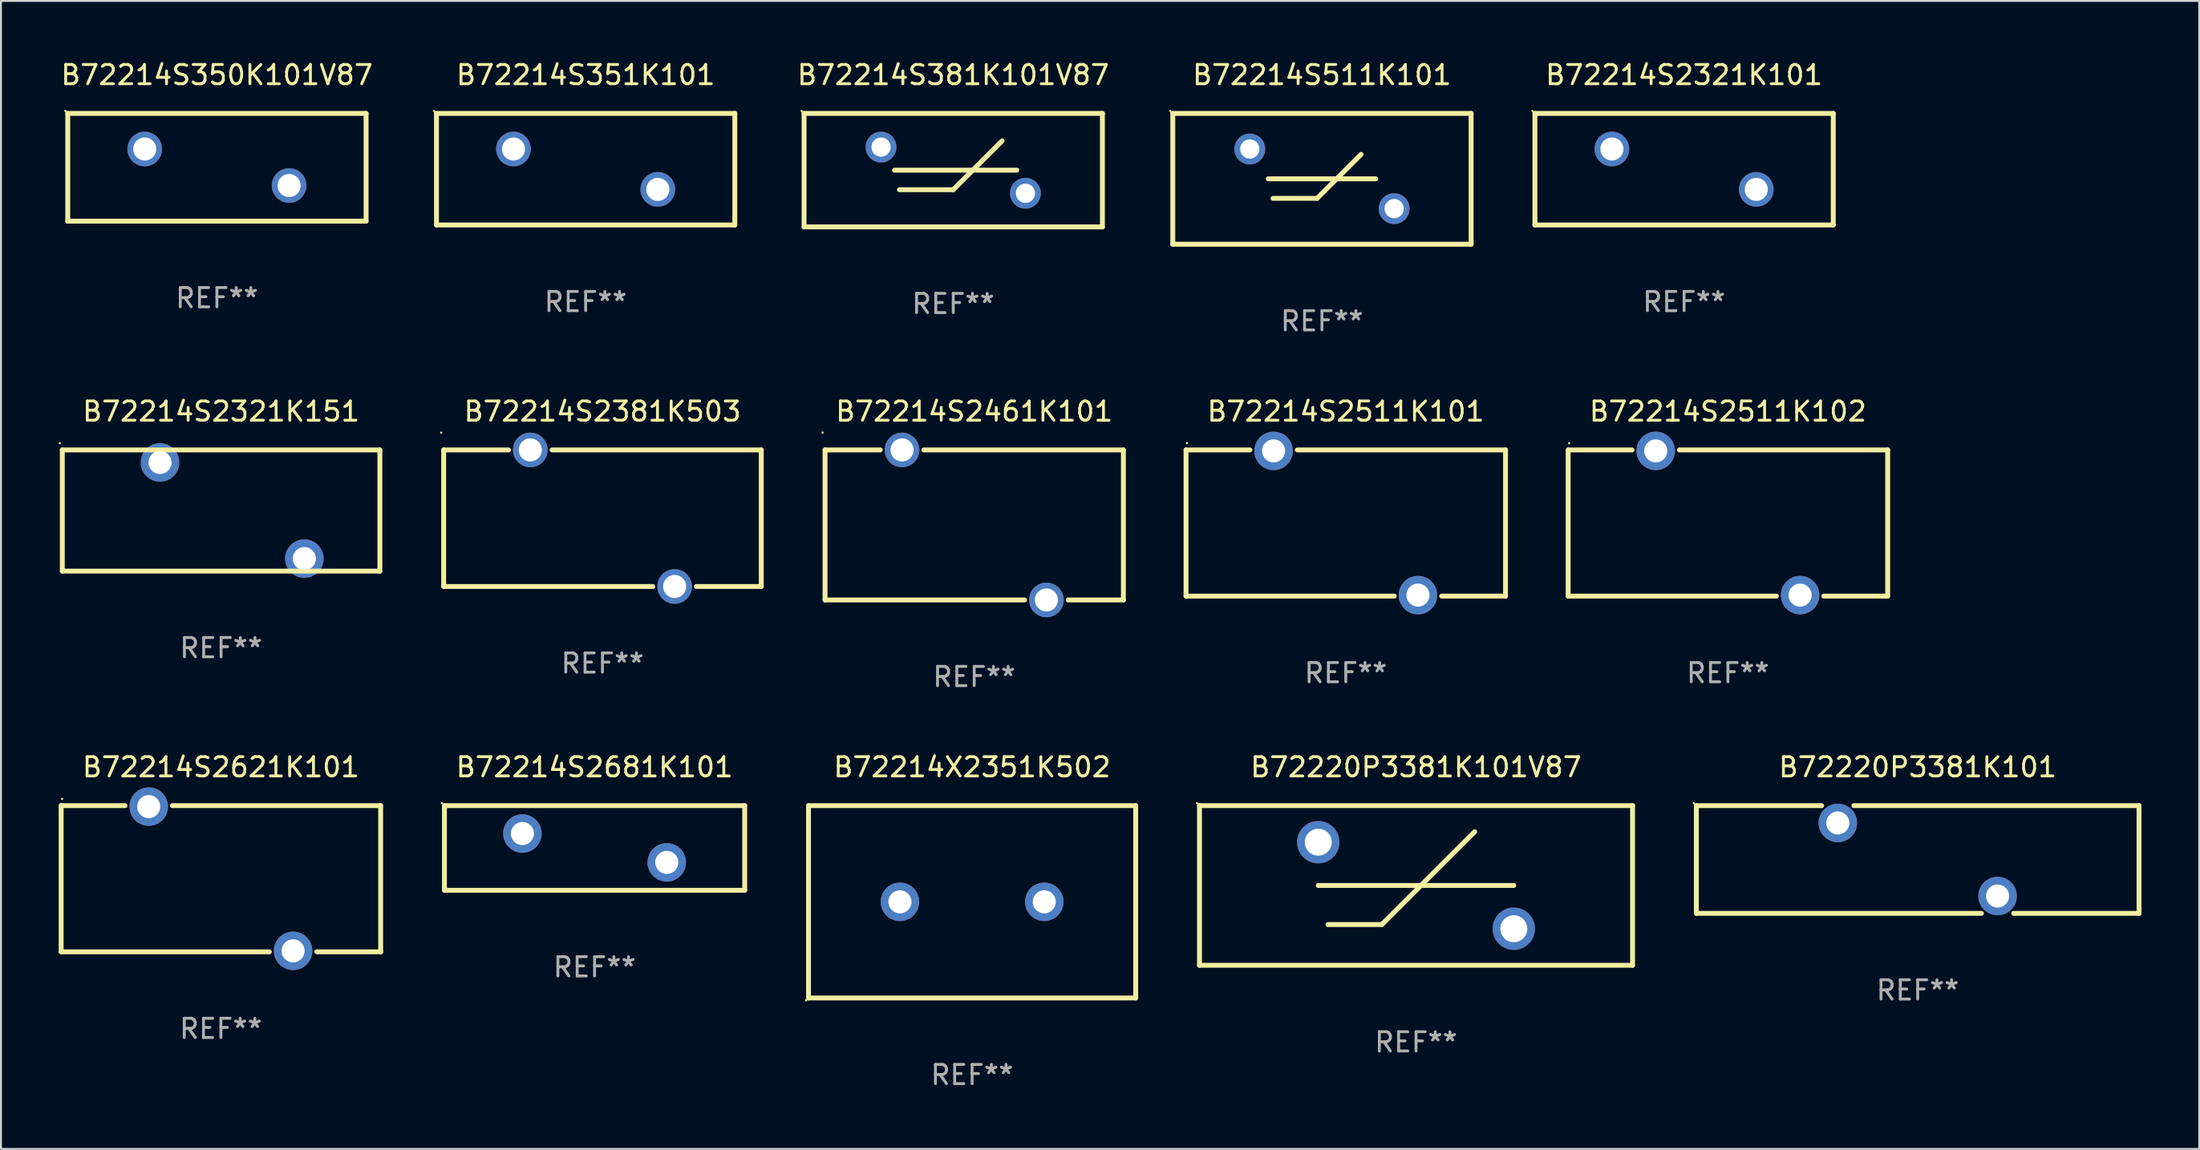
<source format=kicad_pcb>
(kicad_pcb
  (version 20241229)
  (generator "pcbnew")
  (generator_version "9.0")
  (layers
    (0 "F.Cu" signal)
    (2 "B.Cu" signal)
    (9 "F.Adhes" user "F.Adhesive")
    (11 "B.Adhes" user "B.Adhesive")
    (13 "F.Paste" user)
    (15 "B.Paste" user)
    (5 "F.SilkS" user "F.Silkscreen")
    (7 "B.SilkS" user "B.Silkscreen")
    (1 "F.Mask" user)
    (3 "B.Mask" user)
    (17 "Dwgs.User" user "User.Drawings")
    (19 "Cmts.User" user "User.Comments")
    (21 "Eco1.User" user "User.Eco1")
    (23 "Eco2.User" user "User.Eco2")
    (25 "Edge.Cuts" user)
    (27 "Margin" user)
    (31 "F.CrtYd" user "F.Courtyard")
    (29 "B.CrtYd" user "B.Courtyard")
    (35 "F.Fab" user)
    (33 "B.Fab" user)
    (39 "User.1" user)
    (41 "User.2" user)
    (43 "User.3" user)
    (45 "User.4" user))
  (footprint "B72214S381K101V87"
    (layer "F.Cu")
    (at 46.475 5.798)
    (property "Reference" "B72214S381K101V87" (at 0 -4.95 0) (layer "F.SilkS") (effects (font (size 1 1) (thickness 0.15))))
    (attr through_hole)
    (fp_line (start -7.75 -2.95) (end -7.75 2.95) (stroke (width 0.254) (type solid)) (layer "F.SilkS"))
    (fp_line (start -7.75 -2.95) (end 7.75 -2.95) (stroke (width 0.254) (type solid)) (layer "F.SilkS"))
    (fp_line (start -3.048 0.000013) (end 3.302 0.000013) (stroke (width 0.254) (type solid)) (layer "F.SilkS"))
    (fp_line (start -2.794 1.016) (end 0 1.016) (stroke (width 0.254) (type solid)) (layer "F.SilkS"))
    (fp_line (start 0 1.016) (end 2.54 -1.524) (stroke (width 0.254) (type solid)) (layer "F.SilkS"))
    (fp_line (start 7.75 -2.95) (end 7.75 2.95) (stroke (width 0.254) (type solid)) (layer "F.SilkS"))
    (fp_line (start 7.75 2.95) (end -7.75 2.95) (stroke (width 0.254) (type solid)) (layer "F.SilkS"))
    (fp_circle (center -7.877 -3.077) (end -7.847 -3.077) (stroke (width 0.06) (type solid)) (fill no) (layer "F.SilkS"))
    (fp_text user "REF**" (at 0 6.95 0) (layer "F.Fab") (effects (font (size 1 1) (thickness 0.15))))
    (pad "1" thru_hole circle (at -3.75 -1.2) (size 1.6 1.6) (drill 1) (layers "*.Cu" "*.Mask"))
    (pad "2" thru_hole circle (at 3.75 1.2) (size 1.6 1.6) (drill 1) (layers "*.Cu" "*.Mask")))
  (footprint "B72214S2621K101"
    (layer "F.Cu")
    (at 8.427 42.641)
    (property "Reference" "B72214S2621K101" (at 0 -5.8 0) (layer "F.SilkS") (effects (font (size 1 1) (thickness 0.15))))
    (attr through_hole)
    (fp_line (start -8.3 -3.8) (end -8.3 3.8) (stroke (width 0.254) (type solid)) (layer "F.SilkS"))
    (fp_line (start -8.3 -3.8) (end -4.981 -3.8) (stroke (width 0.254) (type solid)) (layer "F.SilkS"))
    (fp_line (start -8.3 3.8) (end 2.519 3.8) (stroke (width 0.254) (type solid)) (layer "F.SilkS"))
    (fp_line (start -2.519 -3.8) (end 8.3 -3.8) (stroke (width 0.254) (type solid)) (layer "F.SilkS"))
    (fp_line (start 4.981 3.8) (end 8.3 3.8) (stroke (width 0.254) (type solid)) (layer "F.SilkS"))
    (fp_line (start 8.3 -3.8) (end 8.3 3.8) (stroke (width 0.254) (type solid)) (layer "F.SilkS"))
    (fp_circle (center -8.25 -4.15) (end -8.22 -4.15) (stroke (width 0.06) (type solid)) (fill no) (layer "F.SilkS"))
    (fp_text user "REF**" (at 0 7.8 0) (layer "F.Fab") (effects (font (size 1 1) (thickness 0.15))))
    (pad "1" thru_hole circle (at -3.75 -3.75) (size 2 2) (drill 1.2) (layers "*.Cu" "*.Mask"))
    (pad "2" thru_hole circle (at 3.75 3.75) (size 2 2) (drill 1.2) (layers "*.Cu" "*.Mask")))
  (footprint "B72214S2681K101"
    (layer "F.Cu")
    (at 27.841 41.041)
    (property "Reference" "B72214S2681K101" (at 0 -4.2 0) (layer "F.SilkS") (effects (font (size 1 1) (thickness 0.15))))
    (attr through_hole)
    (fp_line (start -7.8 -2.2) (end -7.8 2.2) (stroke (width 0.254) (type solid)) (layer "F.SilkS"))
    (fp_line (start -7.8 -2.2) (end 7.8 -2.2) (stroke (width 0.254) (type solid)) (layer "F.SilkS"))
    (fp_line (start -7.8 2.2) (end 7.8 2.2) (stroke (width 0.254) (type solid)) (layer "F.SilkS"))
    (fp_line (start 7.8 -2.2) (end 7.8 2.2) (stroke (width 0.254) (type solid)) (layer "F.SilkS"))
    (fp_circle (center -7.927 -2.327) (end -7.897 -2.327) (stroke (width 0.06) (type solid)) (fill no) (layer "F.SilkS"))
    (fp_text user "REF**" (at 0 6.2 0) (layer "F.Fab") (effects (font (size 1 1) (thickness 0.15))))
    (pad "1" thru_hole circle (at -3.75 -0.75) (size 2 2) (drill 1.2) (layers "*.Cu" "*.Mask"))
    (pad "2" thru_hole circle (at 3.75 0.75) (size 2 2) (drill 1.2) (layers "*.Cu" "*.Mask")))
  (footprint "B72214S2511K102"
    (layer "F.Cu")
    (at 86.723 24.145)
    (property "Reference" "B72214S2511K102" (at 0 -5.8 0) (layer "F.SilkS") (effects (font (size 1 1) (thickness 0.15))))
    (attr through_hole)
    (fp_line (start -8.3 -3.8) (end -8.3 3.8) (stroke (width 0.254) (type solid)) (layer "F.SilkS"))
    (fp_line (start -8.3 -3.8) (end -4.981 -3.8) (stroke (width 0.254) (type solid)) (layer "F.SilkS"))
    (fp_line (start -8.3 3.8) (end 2.519 3.8) (stroke (width 0.254) (type solid)) (layer "F.SilkS"))
    (fp_line (start -2.519 -3.8) (end 8.3 -3.8) (stroke (width 0.254) (type solid)) (layer "F.SilkS"))
    (fp_line (start 4.981 3.8) (end 8.3 3.8) (stroke (width 0.254) (type solid)) (layer "F.SilkS"))
    (fp_line (start 8.3 -3.8) (end 8.3 3.8) (stroke (width 0.254) (type solid)) (layer "F.SilkS"))
    (fp_circle (center -8.25 -4.15) (end -8.22 -4.15) (stroke (width 0.06) (type solid)) (fill no) (layer "F.SilkS"))
    (fp_text user "REF**" (at 0 7.8 0) (layer "F.Fab") (effects (font (size 1 1) (thickness 0.15))))
    (pad "1" thru_hole circle (at -3.75 -3.75) (size 2 2) (drill 1.2) (layers "*.Cu" "*.Mask"))
    (pad "2" thru_hole circle (at 3.75 3.75) (size 2 2) (drill 1.2) (layers "*.Cu" "*.Mask")))
  (footprint "B72214S350K101V87"
    (layer "F.Cu")
    (at 8.22 5.648)
    (property "Reference" "B72214S350K101V87" (at 0 -4.8 0) (layer "F.SilkS") (effects (font (size 1 1) (thickness 0.15))))
    (attr through_hole)
    (fp_line (start -7.75 -2.8) (end 7.75 -2.8) (stroke (width 0.254) (type solid)) (layer "F.SilkS"))
    (fp_line (start -7.75 2.8) (end -7.75 -2.8) (stroke (width 0.254) (type solid)) (layer "F.SilkS"))
    (fp_line (start 7.75 -2.8) (end 7.75 2.8) (stroke (width 0.254) (type solid)) (layer "F.SilkS"))
    (fp_line (start 7.75 2.8) (end -7.75 2.8) (stroke (width 0.254) (type solid)) (layer "F.SilkS"))
    (fp_circle (center -7.877 -2.927) (end -7.847 -2.927) (stroke (width 0.06) (type solid)) (fill no) (layer "F.SilkS"))
    (fp_text user "REF**" (at 0 6.8 0) (layer "F.Fab") (effects (font (size 1 1) (thickness 0.15))))
    (pad "1" thru_hole circle (at -3.75 -0.95) (size 1.8 1.8) (drill 1.2) (layers "*.Cu" "*.Mask"))
    (pad "2" thru_hole circle (at 3.75 0.95) (size 1.8 1.8) (drill 1.2) (layers "*.Cu" "*.Mask")))
  (footprint "B72214S2321K151"
    (layer "F.Cu")
    (at 8.437 23.495)
    (property "Reference" "B72214S2321K151" (at 0 -5.15 0) (layer "F.SilkS") (effects (font (size 1 1) (thickness 0.15))))
    (attr through_hole)
    (fp_line (start -8.25 -3.15) (end 8.25 -3.15) (stroke (width 0.254) (type solid)) (layer "F.SilkS"))
    (fp_line (start -8.25 3.149) (end -8.25 -3.15) (stroke (width 0.254) (type solid)) (layer "F.SilkS"))
    (fp_line (start 8.25 -3.15) (end 8.25 3.15) (stroke (width 0.254) (type solid)) (layer "F.SilkS"))
    (fp_line (start 8.25 3.15) (end -8.25 3.15) (stroke (width 0.254) (type solid)) (layer "F.SilkS"))
    (fp_circle (center -8.377 -3.499) (end -8.347 -3.499) (stroke (width 0.06) (type solid)) (fill no) (layer "F.SilkS"))
    (fp_text user "REF**" (at 0 7.15 0) (layer "F.Fab") (effects (font (size 1 1) (thickness 0.15))))
    (pad "1" thru_hole circle (at -3.174 -2.499) (size 2 2) (drill 1.2) (layers "*.Cu" "*.Mask"))
    (pad "2" thru_hole circle (at 4.325 2.5) (size 2 2) (drill 1.2) (layers "*.Cu" "*.Mask")))
  (footprint "B72220P3381K101V87"
    (layer "F.Cu")
    (at 70.519 42.991)
    (property "Reference" "B72220P3381K101V87" (at 0 -6.15 0) (layer "F.SilkS") (effects (font (size 1 1) (thickness 0.15))))
    (attr through_hole)
    (fp_line (start -11.25 -4.15) (end -11.25 4.15) (stroke (width 0.254) (type solid)) (layer "F.SilkS"))
    (fp_line (start -11.25 -4.15) (end 11.25 -4.15) (stroke (width 0.254) (type solid)) (layer "F.SilkS"))
    (fp_line (start -5.08 -0.000127) (end 5.08 -0.000127) (stroke (width 0.254) (type solid)) (layer "F.SilkS"))
    (fp_line (start -4.572 2.032) (end -1.778 2.032) (stroke (width 0.254) (type solid)) (layer "F.SilkS"))
    (fp_line (start -1.778 2.032) (end 3.048 -2.794) (stroke (width 0.254) (type solid)) (layer "F.SilkS"))
    (fp_line (start 11.25 4.15) (end -11.25 4.15) (stroke (width 0.254) (type solid)) (layer "F.SilkS"))
    (fp_line (start 11.25 4.15) (end 11.25 -4.15) (stroke (width 0.254) (type solid)) (layer "F.SilkS"))
    (fp_circle (center -11.377 -4.277) (end -11.347 -4.277) (stroke (width 0.06) (type solid)) (fill no) (layer "F.SilkS"))
    (fp_text user "REF**" (at 0 8.15 0) (layer "F.Fab") (effects (font (size 1 1) (thickness 0.15))))
    (pad "1" thru_hole circle (at -5.08 -2.25) (size 2.2 2.2) (drill 1.4) (layers "*.Cu" "*.Mask"))
    (pad "2" thru_hole circle (at 5.08 2.25) (size 2.2 2.2) (drill 1.4) (layers "*.Cu" "*.Mask")))
  (footprint "B72220P3381K101"
    (layer "F.Cu")
    (at 96.583 41.641)
    (property "Reference" "B72220P3381K101" (at 0 -4.8 0) (layer "F.SilkS") (effects (font (size 1 1) (thickness 0.15))))
    (attr through_hole)
    (fp_line (start -11.5 -2.8) (end -4.989 -2.8) (stroke (width 0.254) (type solid)) (layer "F.SilkS"))
    (fp_line (start -11.5 2.8) (end -11.5 -2.8) (stroke (width 0.254) (type solid)) (layer "F.SilkS"))
    (fp_line (start -3.312 -2.8) (end 11.5 -2.8) (stroke (width 0.254) (type solid)) (layer "F.SilkS"))
    (fp_line (start 3.312 2.8) (end -11.5 2.8) (stroke (width 0.254) (type solid)) (layer "F.SilkS"))
    (fp_line (start 11.5 -2.8) (end 11.5 2.8) (stroke (width 0.254) (type solid)) (layer "F.SilkS"))
    (fp_line (start 11.5 2.8) (end 4.989 2.8) (stroke (width 0.254) (type solid)) (layer "F.SilkS"))
    (fp_circle (center -11.627 -2.927) (end -11.597 -2.927) (stroke (width 0.06) (type solid)) (fill no) (layer "F.SilkS"))
    (fp_text user "REF**" (at 0 6.8 0) (layer "F.Fab") (effects (font (size 1 1) (thickness 0.15))))
    (pad "1" thru_hole circle (at -4.15 -1.9) (size 2 2) (drill 1.2) (layers "*.Cu" "*.Mask"))
    (pad "2" thru_hole circle (at 4.15 1.9) (size 2 2) (drill 1.2) (layers "*.Cu" "*.Mask")))
  (footprint "B72214S2381K503"
    (layer "F.Cu")
    (at 28.251 23.895)
    (property "Reference" "B72214S2381K503" (at 0 -5.55 0) (layer "F.SilkS") (effects (font (size 1 1) (thickness 0.15))))
    (attr through_hole)
    (fp_line (start -8.25 -3.55) (end -4.881 -3.55) (stroke (width 0.254) (type solid)) (layer "F.SilkS"))
    (fp_line (start -8.25 3.55) (end -8.25 -3.55) (stroke (width 0.254) (type solid)) (layer "F.SilkS"))
    (fp_line (start -8.25 3.55) (end 2.619 3.55) (stroke (width 0.254) (type solid)) (layer "F.SilkS"))
    (fp_line (start -2.619 -3.55) (end 8.25 -3.55) (stroke (width 0.254) (type solid)) (layer "F.SilkS"))
    (fp_line (start 4.881 3.55) (end 8.25 3.55) (stroke (width 0.254) (type solid)) (layer "F.SilkS"))
    (fp_line (start 8.25 -3.55) (end 8.25 3.55) (stroke (width 0.254) (type solid)) (layer "F.SilkS"))
    (fp_circle (center -8.377 -4.45) (end -8.347 -4.45) (stroke (width 0.06) (type solid)) (fill no) (layer "F.SilkS"))
    (fp_text user "REF**" (at 0 7.55 0) (layer "F.Fab") (effects (font (size 1 1) (thickness 0.15))))
    (pad "1" thru_hole circle (at -3.75 -3.55) (size 1.8 1.8) (drill 1.2) (layers "*.Cu" "*.Mask"))
    (pad "2" thru_hole circle (at 3.75 3.55) (size 1.8 1.8) (drill 1.2) (layers "*.Cu" "*.Mask")))
  (footprint "B72214S2461K101"
    (layer "F.Cu")
    (at 47.565 24.245)
    (property "Reference" "B72214S2461K101" (at 0 -5.9 0) (layer "F.SilkS") (effects (font (size 1 1) (thickness 0.15))))
    (attr through_hole)
    (fp_line (start -7.75 -3.9) (end -4.881 -3.9) (stroke (width 0.254) (type solid)) (layer "F.SilkS"))
    (fp_line (start -7.75 3.9) (end -7.75 -3.9) (stroke (width 0.254) (type solid)) (layer "F.SilkS"))
    (fp_line (start -7.75 3.9) (end 2.619 3.9) (stroke (width 0.254) (type solid)) (layer "F.SilkS"))
    (fp_line (start -2.619 -3.9) (end 7.75 -3.9) (stroke (width 0.254) (type solid)) (layer "F.SilkS"))
    (fp_line (start 4.881 3.9) (end 7.75 3.9) (stroke (width 0.254) (type solid)) (layer "F.SilkS"))
    (fp_line (start 7.75 -3.9) (end 7.75 3.9) (stroke (width 0.254) (type solid)) (layer "F.SilkS"))
    (fp_circle (center -7.877 -4.8) (end -7.847 -4.8) (stroke (width 0.06) (type solid)) (fill no) (layer "F.SilkS"))
    (fp_text user "REF**" (at 0 7.9 0) (layer "F.Fab") (effects (font (size 1 1) (thickness 0.15))))
    (pad "1" thru_hole circle (at -3.75 -3.9) (size 1.8 1.8) (drill 1.2) (layers "*.Cu" "*.Mask"))
    (pad "2" thru_hole circle (at 3.75 3.9) (size 1.8 1.8) (drill 1.2) (layers "*.Cu" "*.Mask")))
  (footprint "B72214X2351K502"
    (layer "F.Cu")
    (at 47.455 43.841)
    (property "Reference" "B72214X2351K502" (at 0 -7 0) (layer "F.SilkS") (effects (font (size 1 1) (thickness 0.15))))
    (attr through_hole)
    (fp_line (start -8.5 -5) (end -8.5 5) (stroke (width 0.254) (type solid)) (layer "F.SilkS"))
    (fp_line (start -8.5 -5) (end 8.5 -5) (stroke (width 0.254) (type solid)) (layer "F.SilkS"))
    (fp_line (start -8.5 5) (end 8.5 5) (stroke (width 0.254) (type solid)) (layer "F.SilkS"))
    (fp_line (start 8.5 -5) (end 8.5 5) (stroke (width 0.254) (type solid)) (layer "F.SilkS"))
    (fp_circle (center -8.627 5.127) (end -8.597 5.127) (stroke (width 0.06) (type solid)) (fill no) (layer "F.SilkS"))
    (fp_text user "REF**" (at 0 9 0) (layer "F.Fab") (effects (font (size 1 1) (thickness 0.15))))
    (pad "1" thru_hole circle (at -3.749 0.000013) (size 2 2) (drill 1.2) (layers "*.Cu" "*.Mask"))
    (pad "2" thru_hole circle (at 3.749 0.000013) (size 2 2) (drill 1.2) (layers "*.Cu" "*.Mask")))
  (footprint "B72214S511K101"
    (layer "F.Cu")
    (at 65.632 6.248)
    (property "Reference" "B72214S511K101" (at 0 -5.4 0) (layer "F.SilkS") (effects (font (size 1 1) (thickness 0.15))))
    (attr through_hole)
    (fp_line (start -7.75 -3.4) (end -7.75 3.4) (stroke (width 0.254) (type solid)) (layer "F.SilkS"))
    (fp_line (start -7.75 -3.4) (end 7.75 -3.4) (stroke (width 0.254) (type solid)) (layer "F.SilkS"))
    (fp_line (start -2.794 0) (end 2.794 0) (stroke (width 0.254) (type solid)) (layer "F.SilkS"))
    (fp_line (start -2.54 1.016) (end -0.254 1.016) (stroke (width 0.254) (type solid)) (layer "F.SilkS"))
    (fp_line (start -0.254 1.016) (end 2.032 -1.27) (stroke (width 0.254) (type solid)) (layer "F.SilkS"))
    (fp_line (start 7.75 -3.4) (end 7.75 3.4) (stroke (width 0.254) (type solid)) (layer "F.SilkS"))
    (fp_line (start 7.75 3.4) (end -7.75 3.4) (stroke (width 0.254) (type solid)) (layer "F.SilkS"))
    (fp_circle (center -7.877 -3.527) (end -7.847 -3.527) (stroke (width 0.06) (type solid)) (fill no) (layer "F.SilkS"))
    (fp_text user "REF**" (at 0 7.4 0) (layer "F.Fab") (effects (font (size 1 1) (thickness 0.15))))
    (pad "1" thru_hole circle (at -3.75 -1.55) (size 1.6 1.6) (drill 1) (layers "*.Cu" "*.Mask"))
    (pad "2" thru_hole circle (at 3.75 1.55) (size 1.6 1.6) (drill 1) (layers "*.Cu" "*.Mask")))
  (footprint "B72214S2321K101"
    (layer "F.Cu")
    (at 84.446 5.748)
    (property "Reference" "B72214S2321K101" (at 0 -4.9 0) (layer "F.SilkS") (effects (font (size 1 1) (thickness 0.15))))
    (attr through_hole)
    (fp_line (start -7.75 -2.9) (end 7.75 -2.9) (stroke (width 0.254) (type solid)) (layer "F.SilkS"))
    (fp_line (start -7.75 2.9) (end -7.75 -2.9) (stroke (width 0.254) (type solid)) (layer "F.SilkS"))
    (fp_line (start 7.75 -2.9) (end 7.75 2.9) (stroke (width 0.254) (type solid)) (layer "F.SilkS"))
    (fp_line (start 7.75 2.9) (end -7.75 2.9) (stroke (width 0.254) (type solid)) (layer "F.SilkS"))
    (fp_circle (center -7.877 -3.027) (end -7.847 -3.027) (stroke (width 0.06) (type solid)) (fill no) (layer "F.SilkS"))
    (fp_text user "REF**" (at 0 6.9 0) (layer "F.Fab") (effects (font (size 1 1) (thickness 0.15))))
    (pad "1" thru_hole circle (at -3.75 -1.05) (size 1.8 1.8) (drill 1.2) (layers "*.Cu" "*.Mask"))
    (pad "2" thru_hole circle (at 3.75 1.05) (size 1.8 1.8) (drill 1.2) (layers "*.Cu" "*.Mask")))
  (footprint "B72214S2511K101"
    (layer "F.Cu")
    (at 66.869 24.145)
    (property "Reference" "B72214S2511K101" (at 0 -5.8 0) (layer "F.SilkS") (effects (font (size 1 1) (thickness 0.15))))
    (attr through_hole)
    (fp_line (start -8.3 -3.8) (end -8.3 3.8) (stroke (width 0.254) (type solid)) (layer "F.SilkS"))
    (fp_line (start -8.3 -3.8) (end -4.981 -3.8) (stroke (width 0.254) (type solid)) (layer "F.SilkS"))
    (fp_line (start -8.3 3.8) (end 2.519 3.8) (stroke (width 0.254) (type solid)) (layer "F.SilkS"))
    (fp_line (start -2.519 -3.8) (end 8.3 -3.8) (stroke (width 0.254) (type solid)) (layer "F.SilkS"))
    (fp_line (start 4.981 3.8) (end 8.3 3.8) (stroke (width 0.254) (type solid)) (layer "F.SilkS"))
    (fp_line (start 8.3 -3.8) (end 8.3 3.8) (stroke (width 0.254) (type solid)) (layer "F.SilkS"))
    (fp_circle (center -8.25 -4.15) (end -8.22 -4.15) (stroke (width 0.06) (type solid)) (fill no) (layer "F.SilkS"))
    (fp_text user "REF**" (at 0 7.8 0) (layer "F.Fab") (effects (font (size 1 1) (thickness 0.15))))
    (pad "1" thru_hole circle (at -3.75 -3.75) (size 2 2) (drill 1.2) (layers "*.Cu" "*.Mask"))
    (pad "2" thru_hole circle (at 3.75 3.75) (size 2 2) (drill 1.2) (layers "*.Cu" "*.Mask")))
  (footprint "B72214S351K101"
    (layer "F.Cu")
    (at 27.377 5.748)
    (property "Reference" "B72214S351K101" (at 0 -4.9 0) (layer "F.SilkS") (effects (font (size 1 1) (thickness 0.15))))
    (attr through_hole)
    (fp_line (start -7.75 -2.9) (end 7.75 -2.9) (stroke (width 0.254) (type solid)) (layer "F.SilkS"))
    (fp_line (start -7.75 2.9) (end -7.75 -2.9) (stroke (width 0.254) (type solid)) (layer "F.SilkS"))
    (fp_line (start 7.75 -2.9) (end 7.75 2.9) (stroke (width 0.254) (type solid)) (layer "F.SilkS"))
    (fp_line (start 7.75 2.9) (end -7.75 2.9) (stroke (width 0.254) (type solid)) (layer "F.SilkS"))
    (fp_circle (center -7.877 -3.027) (end -7.847 -3.027) (stroke (width 0.06) (type solid)) (fill no) (layer "F.SilkS"))
    (fp_text user "REF**" (at 0 6.9 0) (layer "F.Fab") (effects (font (size 1 1) (thickness 0.15))))
    (pad "1" thru_hole circle (at -3.75 -1.05) (size 1.8 1.8) (drill 1.2) (layers "*.Cu" "*.Mask"))
    (pad "2" thru_hole circle (at 3.75 1.05) (size 1.8 1.8) (drill 1.2) (layers "*.Cu" "*.Mask")))
  (gr_rect
    (start -3 -3)
    (end 111.21 56.69)
    (stroke (width 0.1) (type default))
    (fill no)
    (layer "Edge.Cuts")))
</source>
